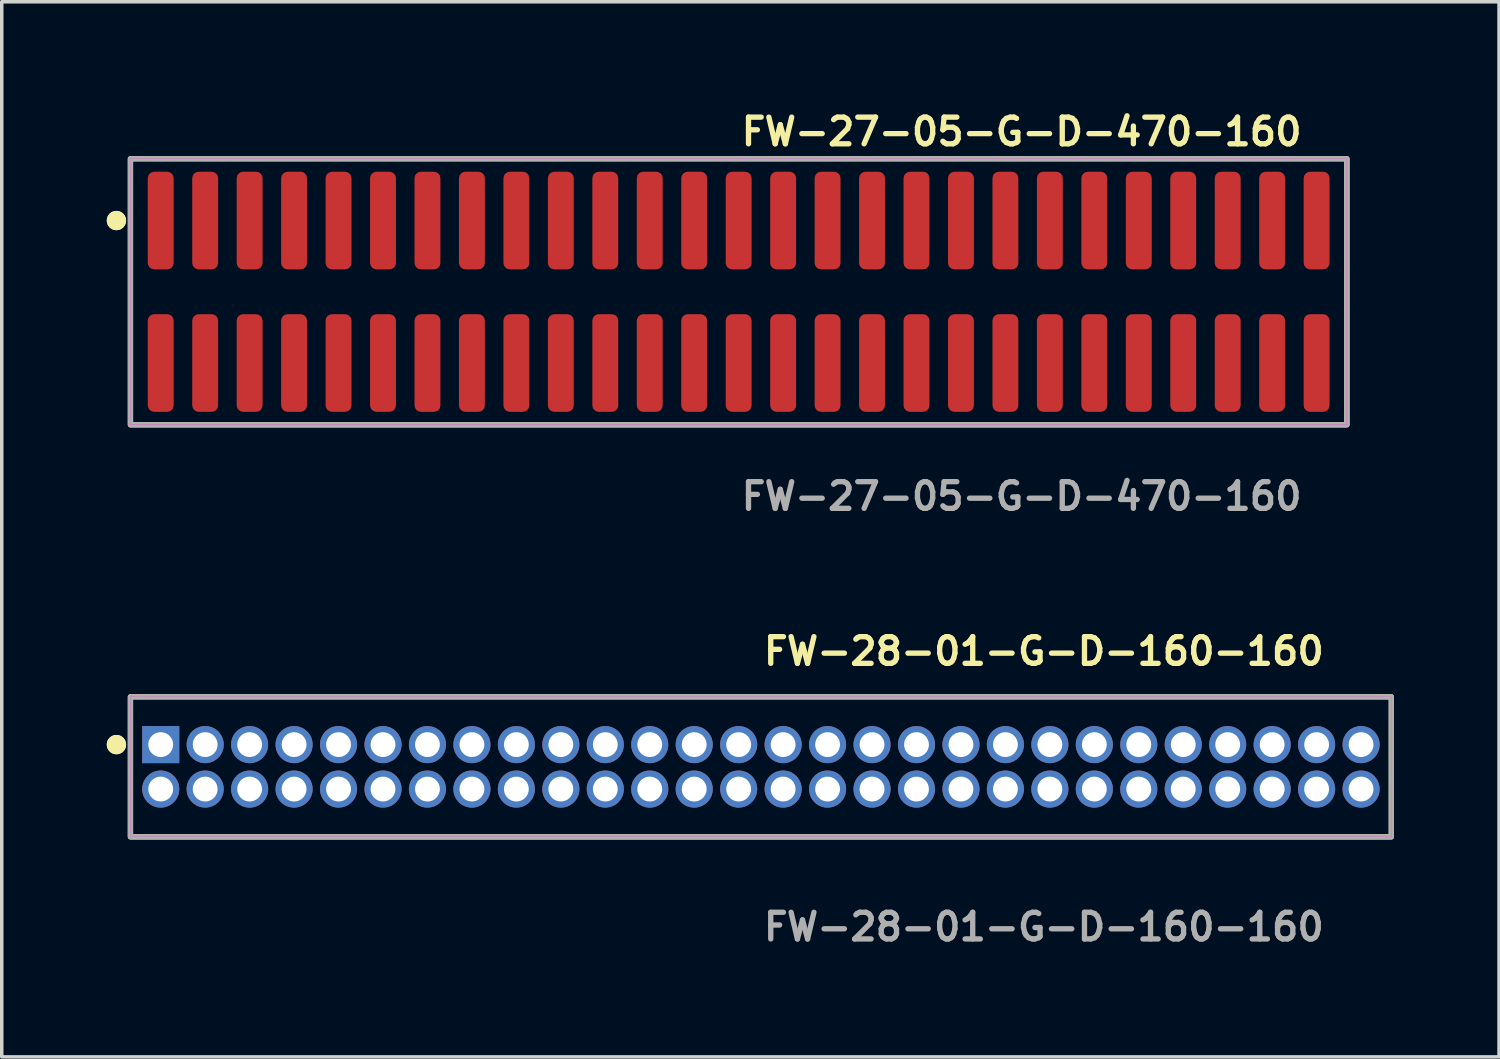
<source format=kicad_pcb>
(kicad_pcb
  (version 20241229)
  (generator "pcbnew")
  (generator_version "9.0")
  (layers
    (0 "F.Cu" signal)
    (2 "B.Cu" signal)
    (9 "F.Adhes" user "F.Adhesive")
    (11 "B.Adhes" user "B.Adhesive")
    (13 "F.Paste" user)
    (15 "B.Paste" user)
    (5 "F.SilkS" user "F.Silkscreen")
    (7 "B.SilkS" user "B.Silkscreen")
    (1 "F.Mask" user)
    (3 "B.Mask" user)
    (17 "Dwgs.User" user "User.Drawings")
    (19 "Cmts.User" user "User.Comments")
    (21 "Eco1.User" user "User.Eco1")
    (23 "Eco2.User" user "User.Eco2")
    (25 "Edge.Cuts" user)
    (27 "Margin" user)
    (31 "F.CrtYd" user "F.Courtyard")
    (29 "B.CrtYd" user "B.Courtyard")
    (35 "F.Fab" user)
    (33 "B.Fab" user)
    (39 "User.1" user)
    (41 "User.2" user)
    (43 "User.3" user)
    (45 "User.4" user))
  (footprint "FW-27-05-G-D-470-160"
    (layer "F.Cu")
    (at 18.051 5.285)
    (property "Reference" "FW-27-05-G-D-470-160" (at 0 -4.572 0) (unlocked yes) (layer "F.SilkS") (effects (font (size 0.762 0.762) (thickness 0.152)) (justify left)))
    (fp_rect (start -17.375 3.8) (end 17.375 -3.8) (stroke (width 0.152) (type solid)) (fill no) (layer "F.SilkS"))
    (fp_circle (center -17.775 -2.035) (end -17.975 -2.035) (stroke (width 0.152) (type solid)) (fill yes) (layer "F.SilkS"))
    (fp_circle (center -17.775 -2.035) (end -17.975 -2.035) (stroke (width 0.152) (type solid)) (fill yes) (layer "F.SilkS"))
    (fp_rect (start -17.375 3.8) (end 17.375 -3.8) (stroke (width 0.006) (type solid)) (fill no) (layer "F.CrtYd"))
    (fp_rect (start -17.375 3.8) (end 17.375 -3.8) (stroke (width 0.152) (type solid)) (fill no) (layer "F.Fab"))
    (fp_text user "${REFERENCE}" (at 0 5.842 0) (unlocked yes) (layer "F.Fab") (effects (font (size 0.762 0.762) (thickness 0.152)) (justify left)))
    (pad "1" smd roundrect (at -16.51 -2.035) (size 0.74 2.79) (layers "F.Cu" "F.Paste") (roundrect_rratio 0.25))
    (pad "2" smd roundrect (at -16.51 2.035) (size 0.74 2.79) (layers "F.Cu" "F.Paste") (roundrect_rratio 0.25))
    (pad "3" smd roundrect (at -15.24 -2.035) (size 0.74 2.79) (layers "F.Cu" "F.Paste") (roundrect_rratio 0.25))
    (pad "4" smd roundrect (at -15.24 2.035) (size 0.74 2.79) (layers "F.Cu" "F.Paste") (roundrect_rratio 0.25))
    (pad "5" smd roundrect (at -13.97 -2.035) (size 0.74 2.79) (layers "F.Cu" "F.Paste") (roundrect_rratio 0.25))
    (pad "6" smd roundrect (at -13.97 2.035) (size 0.74 2.79) (layers "F.Cu" "F.Paste") (roundrect_rratio 0.25))
    (pad "7" smd roundrect (at -12.7 -2.035) (size 0.74 2.79) (layers "F.Cu" "F.Paste") (roundrect_rratio 0.25))
    (pad "8" smd roundrect (at -12.7 2.035) (size 0.74 2.79) (layers "F.Cu" "F.Paste") (roundrect_rratio 0.25))
    (pad "9" smd roundrect (at -11.43 -2.035) (size 0.74 2.79) (layers "F.Cu" "F.Paste") (roundrect_rratio 0.25))
    (pad "10" smd roundrect (at -11.43 2.035) (size 0.74 2.79) (layers "F.Cu" "F.Paste") (roundrect_rratio 0.25))
    (pad "11" smd roundrect (at -10.16 -2.035) (size 0.74 2.79) (layers "F.Cu" "F.Paste") (roundrect_rratio 0.25))
    (pad "12" smd roundrect (at -10.16 2.035) (size 0.74 2.79) (layers "F.Cu" "F.Paste") (roundrect_rratio 0.25))
    (pad "13" smd roundrect (at -8.89 -2.035) (size 0.74 2.79) (layers "F.Cu" "F.Paste") (roundrect_rratio 0.25))
    (pad "14" smd roundrect (at -8.89 2.035) (size 0.74 2.79) (layers "F.Cu" "F.Paste") (roundrect_rratio 0.25))
    (pad "15" smd roundrect (at -7.62 -2.035) (size 0.74 2.79) (layers "F.Cu" "F.Paste") (roundrect_rratio 0.25))
    (pad "16" smd roundrect (at -7.62 2.035) (size 0.74 2.79) (layers "F.Cu" "F.Paste") (roundrect_rratio 0.25))
    (pad "17" smd roundrect (at -6.35 -2.035) (size 0.74 2.79) (layers "F.Cu" "F.Paste") (roundrect_rratio 0.25))
    (pad "18" smd roundrect (at -6.35 2.035) (size 0.74 2.79) (layers "F.Cu" "F.Paste") (roundrect_rratio 0.25))
    (pad "19" smd roundrect (at -5.08 -2.035) (size 0.74 2.79) (layers "F.Cu" "F.Paste") (roundrect_rratio 0.25))
    (pad "20" smd roundrect (at -5.08 2.035) (size 0.74 2.79) (layers "F.Cu" "F.Paste") (roundrect_rratio 0.25))
    (pad "21" smd roundrect (at -3.81 -2.035) (size 0.74 2.79) (layers "F.Cu" "F.Paste") (roundrect_rratio 0.25))
    (pad "22" smd roundrect (at -3.81 2.035) (size 0.74 2.79) (layers "F.Cu" "F.Paste") (roundrect_rratio 0.25))
    (pad "23" smd roundrect (at -2.54 -2.035) (size 0.74 2.79) (layers "F.Cu" "F.Paste") (roundrect_rratio 0.25))
    (pad "24" smd roundrect (at -2.54 2.035) (size 0.74 2.79) (layers "F.Cu" "F.Paste") (roundrect_rratio 0.25))
    (pad "25" smd roundrect (at -1.27 -2.035) (size 0.74 2.79) (layers "F.Cu" "F.Paste") (roundrect_rratio 0.25))
    (pad "26" smd roundrect (at -1.27 2.035) (size 0.74 2.79) (layers "F.Cu" "F.Paste") (roundrect_rratio 0.25))
    (pad "27" smd roundrect (at 0 -2.035) (size 0.74 2.79) (layers "F.Cu" "F.Paste") (roundrect_rratio 0.25))
    (pad "28" smd roundrect (at 0 2.035) (size 0.74 2.79) (layers "F.Cu" "F.Paste") (roundrect_rratio 0.25))
    (pad "29" smd roundrect (at 1.27 -2.035) (size 0.74 2.79) (layers "F.Cu" "F.Paste") (roundrect_rratio 0.25))
    (pad "30" smd roundrect (at 1.27 2.035) (size 0.74 2.79) (layers "F.Cu" "F.Paste") (roundrect_rratio 0.25))
    (pad "31" smd roundrect (at 2.54 -2.035) (size 0.74 2.79) (layers "F.Cu" "F.Paste") (roundrect_rratio 0.25))
    (pad "32" smd roundrect (at 2.54 2.035) (size 0.74 2.79) (layers "F.Cu" "F.Paste") (roundrect_rratio 0.25))
    (pad "33" smd roundrect (at 3.81 -2.035) (size 0.74 2.79) (layers "F.Cu" "F.Paste") (roundrect_rratio 0.25))
    (pad "34" smd roundrect (at 3.81 2.035) (size 0.74 2.79) (layers "F.Cu" "F.Paste") (roundrect_rratio 0.25))
    (pad "35" smd roundrect (at 5.08 -2.035) (size 0.74 2.79) (layers "F.Cu" "F.Paste") (roundrect_rratio 0.25))
    (pad "36" smd roundrect (at 5.08 2.035) (size 0.74 2.79) (layers "F.Cu" "F.Paste") (roundrect_rratio 0.25))
    (pad "37" smd roundrect (at 6.35 -2.035) (size 0.74 2.79) (layers "F.Cu" "F.Paste") (roundrect_rratio 0.25))
    (pad "38" smd roundrect (at 6.35 2.035) (size 0.74 2.79) (layers "F.Cu" "F.Paste") (roundrect_rratio 0.25))
    (pad "39" smd roundrect (at 7.62 -2.035) (size 0.74 2.79) (layers "F.Cu" "F.Paste") (roundrect_rratio 0.25))
    (pad "40" smd roundrect (at 7.62 2.035) (size 0.74 2.79) (layers "F.Cu" "F.Paste") (roundrect_rratio 0.25))
    (pad "41" smd roundrect (at 8.89 -2.035) (size 0.74 2.79) (layers "F.Cu" "F.Paste") (roundrect_rratio 0.25))
    (pad "42" smd roundrect (at 8.89 2.035) (size 0.74 2.79) (layers "F.Cu" "F.Paste") (roundrect_rratio 0.25))
    (pad "43" smd roundrect (at 10.16 -2.035) (size 0.74 2.79) (layers "F.Cu" "F.Paste") (roundrect_rratio 0.25))
    (pad "44" smd roundrect (at 10.16 2.035) (size 0.74 2.79) (layers "F.Cu" "F.Paste") (roundrect_rratio 0.25))
    (pad "45" smd roundrect (at 11.43 -2.035) (size 0.74 2.79) (layers "F.Cu" "F.Paste") (roundrect_rratio 0.25))
    (pad "46" smd roundrect (at 11.43 2.035) (size 0.74 2.79) (layers "F.Cu" "F.Paste") (roundrect_rratio 0.25))
    (pad "47" smd roundrect (at 12.7 -2.035) (size 0.74 2.79) (layers "F.Cu" "F.Paste") (roundrect_rratio 0.25))
    (pad "48" smd roundrect (at 12.7 2.035) (size 0.74 2.79) (layers "F.Cu" "F.Paste") (roundrect_rratio 0.25))
    (pad "49" smd roundrect (at 13.97 -2.035) (size 0.74 2.79) (layers "F.Cu" "F.Paste") (roundrect_rratio 0.25))
    (pad "50" smd roundrect (at 13.97 2.035) (size 0.74 2.79) (layers "F.Cu" "F.Paste") (roundrect_rratio 0.25))
    (pad "51" smd roundrect (at 15.24 -2.035) (size 0.74 2.79) (layers "F.Cu" "F.Paste") (roundrect_rratio 0.25))
    (pad "52" smd roundrect (at 15.24 2.035) (size 0.74 2.79) (layers "F.Cu" "F.Paste") (roundrect_rratio 0.25))
    (pad "53" smd roundrect (at 16.51 -2.035) (size 0.74 2.79) (layers "F.Cu" "F.Paste") (roundrect_rratio 0.25))
    (pad "54" smd roundrect (at 16.51 2.035) (size 0.74 2.79) (layers "F.Cu" "F.Paste") (roundrect_rratio 0.25)))
  (footprint "FW-28-01-G-D-160-160"
    (layer "F.Cu")
    (at 18.686 18.856)
    (property "Reference" "FW-28-01-G-D-160-160" (at 0 -3.302 0) (unlocked yes) (layer "F.SilkS") (effects (font (size 0.762 0.762) (thickness 0.152)) (justify left)))
    (fp_rect (start -18.01 2) (end 18.01 -2) (stroke (width 0.152) (type solid)) (fill no) (layer "F.SilkS"))
    (fp_circle (center -18.41 -0.635) (end -18.61 -0.635) (stroke (width 0.152) (type solid)) (fill yes) (layer "F.SilkS"))
    (fp_circle (center -18.41 -0.635) (end -18.61 -0.635) (stroke (width 0.152) (type solid)) (fill yes) (layer "F.SilkS"))
    (fp_rect (start -18.01 2) (end 18.01 -2) (stroke (width 0.006) (type solid)) (fill no) (layer "F.CrtYd"))
    (fp_rect (start -18.01 2) (end 18.01 -2) (stroke (width 0.152) (type solid)) (fill no) (layer "F.Fab"))
    (fp_text user "${REFERENCE}" (at 0 4.572 0) (unlocked yes) (layer "F.Fab") (effects (font (size 0.762 0.762) (thickness 0.152)) (justify left)))
    (pad "1" thru_hole rect (at -17.145 -0.635) (size 1.06 1.06) (drill 0.71) (layers "*.Cu" "*.Mask"))
    (pad "2" thru_hole circle (at -17.145 0.635) (size 1.06 1.06) (drill 0.71) (layers "*.Cu" "*.Mask"))
    (pad "3" thru_hole circle (at -15.875 -0.635) (size 1.06 1.06) (drill 0.71) (layers "*.Cu" "*.Mask"))
    (pad "4" thru_hole circle (at -15.875 0.635) (size 1.06 1.06) (drill 0.71) (layers "*.Cu" "*.Mask"))
    (pad "5" thru_hole circle (at -14.605 -0.635) (size 1.06 1.06) (drill 0.71) (layers "*.Cu" "*.Mask"))
    (pad "6" thru_hole circle (at -14.605 0.635) (size 1.06 1.06) (drill 0.71) (layers "*.Cu" "*.Mask"))
    (pad "7" thru_hole circle (at -13.335 -0.635) (size 1.06 1.06) (drill 0.71) (layers "*.Cu" "*.Mask"))
    (pad "8" thru_hole circle (at -13.335 0.635) (size 1.06 1.06) (drill 0.71) (layers "*.Cu" "*.Mask"))
    (pad "9" thru_hole circle (at -12.065 -0.635) (size 1.06 1.06) (drill 0.71) (layers "*.Cu" "*.Mask"))
    (pad "10" thru_hole circle (at -12.065 0.635) (size 1.06 1.06) (drill 0.71) (layers "*.Cu" "*.Mask"))
    (pad "11" thru_hole circle (at -10.795 -0.635) (size 1.06 1.06) (drill 0.71) (layers "*.Cu" "*.Mask"))
    (pad "12" thru_hole circle (at -10.795 0.635) (size 1.06 1.06) (drill 0.71) (layers "*.Cu" "*.Mask"))
    (pad "13" thru_hole circle (at -9.525 -0.635) (size 1.06 1.06) (drill 0.71) (layers "*.Cu" "*.Mask"))
    (pad "14" thru_hole circle (at -9.525 0.635) (size 1.06 1.06) (drill 0.71) (layers "*.Cu" "*.Mask"))
    (pad "15" thru_hole circle (at -8.255 -0.635) (size 1.06 1.06) (drill 0.71) (layers "*.Cu" "*.Mask"))
    (pad "16" thru_hole circle (at -8.255 0.635) (size 1.06 1.06) (drill 0.71) (layers "*.Cu" "*.Mask"))
    (pad "17" thru_hole circle (at -6.985 -0.635) (size 1.06 1.06) (drill 0.71) (layers "*.Cu" "*.Mask"))
    (pad "18" thru_hole circle (at -6.985 0.635) (size 1.06 1.06) (drill 0.71) (layers "*.Cu" "*.Mask"))
    (pad "19" thru_hole circle (at -5.715 -0.635) (size 1.06 1.06) (drill 0.71) (layers "*.Cu" "*.Mask"))
    (pad "20" thru_hole circle (at -5.715 0.635) (size 1.06 1.06) (drill 0.71) (layers "*.Cu" "*.Mask"))
    (pad "21" thru_hole circle (at -4.445 -0.635) (size 1.06 1.06) (drill 0.71) (layers "*.Cu" "*.Mask"))
    (pad "22" thru_hole circle (at -4.445 0.635) (size 1.06 1.06) (drill 0.71) (layers "*.Cu" "*.Mask"))
    (pad "23" thru_hole circle (at -3.175 -0.635) (size 1.06 1.06) (drill 0.71) (layers "*.Cu" "*.Mask"))
    (pad "24" thru_hole circle (at -3.175 0.635) (size 1.06 1.06) (drill 0.71) (layers "*.Cu" "*.Mask"))
    (pad "25" thru_hole circle (at -1.905 -0.635) (size 1.06 1.06) (drill 0.71) (layers "*.Cu" "*.Mask"))
    (pad "26" thru_hole circle (at -1.905 0.635) (size 1.06 1.06) (drill 0.71) (layers "*.Cu" "*.Mask"))
    (pad "27" thru_hole circle (at -0.635 -0.635) (size 1.06 1.06) (drill 0.71) (layers "*.Cu" "*.Mask"))
    (pad "28" thru_hole circle (at -0.635 0.635) (size 1.06 1.06) (drill 0.71) (layers "*.Cu" "*.Mask"))
    (pad "29" thru_hole circle (at 0.635 -0.635) (size 1.06 1.06) (drill 0.71) (layers "*.Cu" "*.Mask"))
    (pad "30" thru_hole circle (at 0.635 0.635) (size 1.06 1.06) (drill 0.71) (layers "*.Cu" "*.Mask"))
    (pad "31" thru_hole circle (at 1.905 -0.635) (size 1.06 1.06) (drill 0.71) (layers "*.Cu" "*.Mask"))
    (pad "32" thru_hole circle (at 1.905 0.635) (size 1.06 1.06) (drill 0.71) (layers "*.Cu" "*.Mask"))
    (pad "33" thru_hole circle (at 3.175 -0.635) (size 1.06 1.06) (drill 0.71) (layers "*.Cu" "*.Mask"))
    (pad "34" thru_hole circle (at 3.175 0.635) (size 1.06 1.06) (drill 0.71) (layers "*.Cu" "*.Mask"))
    (pad "35" thru_hole circle (at 4.445 -0.635) (size 1.06 1.06) (drill 0.71) (layers "*.Cu" "*.Mask"))
    (pad "36" thru_hole circle (at 4.445 0.635) (size 1.06 1.06) (drill 0.71) (layers "*.Cu" "*.Mask"))
    (pad "37" thru_hole circle (at 5.715 -0.635) (size 1.06 1.06) (drill 0.71) (layers "*.Cu" "*.Mask"))
    (pad "38" thru_hole circle (at 5.715 0.635) (size 1.06 1.06) (drill 0.71) (layers "*.Cu" "*.Mask"))
    (pad "39" thru_hole circle (at 6.985 -0.635) (size 1.06 1.06) (drill 0.71) (layers "*.Cu" "*.Mask"))
    (pad "40" thru_hole circle (at 6.985 0.635) (size 1.06 1.06) (drill 0.71) (layers "*.Cu" "*.Mask"))
    (pad "41" thru_hole circle (at 8.255 -0.635) (size 1.06 1.06) (drill 0.71) (layers "*.Cu" "*.Mask"))
    (pad "42" thru_hole circle (at 8.255 0.635) (size 1.06 1.06) (drill 0.71) (layers "*.Cu" "*.Mask"))
    (pad "43" thru_hole circle (at 9.525 -0.635) (size 1.06 1.06) (drill 0.71) (layers "*.Cu" "*.Mask"))
    (pad "44" thru_hole circle (at 9.525 0.635) (size 1.06 1.06) (drill 0.71) (layers "*.Cu" "*.Mask"))
    (pad "45" thru_hole circle (at 10.795 -0.635) (size 1.06 1.06) (drill 0.71) (layers "*.Cu" "*.Mask"))
    (pad "46" thru_hole circle (at 10.795 0.635) (size 1.06 1.06) (drill 0.71) (layers "*.Cu" "*.Mask"))
    (pad "47" thru_hole circle (at 12.065 -0.635) (size 1.06 1.06) (drill 0.71) (layers "*.Cu" "*.Mask"))
    (pad "48" thru_hole circle (at 12.065 0.635) (size 1.06 1.06) (drill 0.71) (layers "*.Cu" "*.Mask"))
    (pad "49" thru_hole circle (at 13.335 -0.635) (size 1.06 1.06) (drill 0.71) (layers "*.Cu" "*.Mask"))
    (pad "50" thru_hole circle (at 13.335 0.635) (size 1.06 1.06) (drill 0.71) (layers "*.Cu" "*.Mask"))
    (pad "51" thru_hole circle (at 14.605 -0.635) (size 1.06 1.06) (drill 0.71) (layers "*.Cu" "*.Mask"))
    (pad "52" thru_hole circle (at 14.605 0.635) (size 1.06 1.06) (drill 0.71) (layers "*.Cu" "*.Mask"))
    (pad "53" thru_hole circle (at 15.875 -0.635) (size 1.06 1.06) (drill 0.71) (layers "*.Cu" "*.Mask"))
    (pad "54" thru_hole circle (at 15.875 0.635) (size 1.06 1.06) (drill 0.71) (layers "*.Cu" "*.Mask"))
    (pad "55" thru_hole circle (at 17.145 -0.635) (size 1.06 1.06) (drill 0.71) (layers "*.Cu" "*.Mask"))
    (pad "56" thru_hole circle (at 17.145 0.635) (size 1.06 1.06) (drill 0.71) (layers "*.Cu" "*.Mask")))
  (gr_rect
    (start -3 -3)
    (end 39.772 27.141)
    (stroke (width 0.1) (type default))
    (fill no)
    (layer "Edge.Cuts")))
</source>
